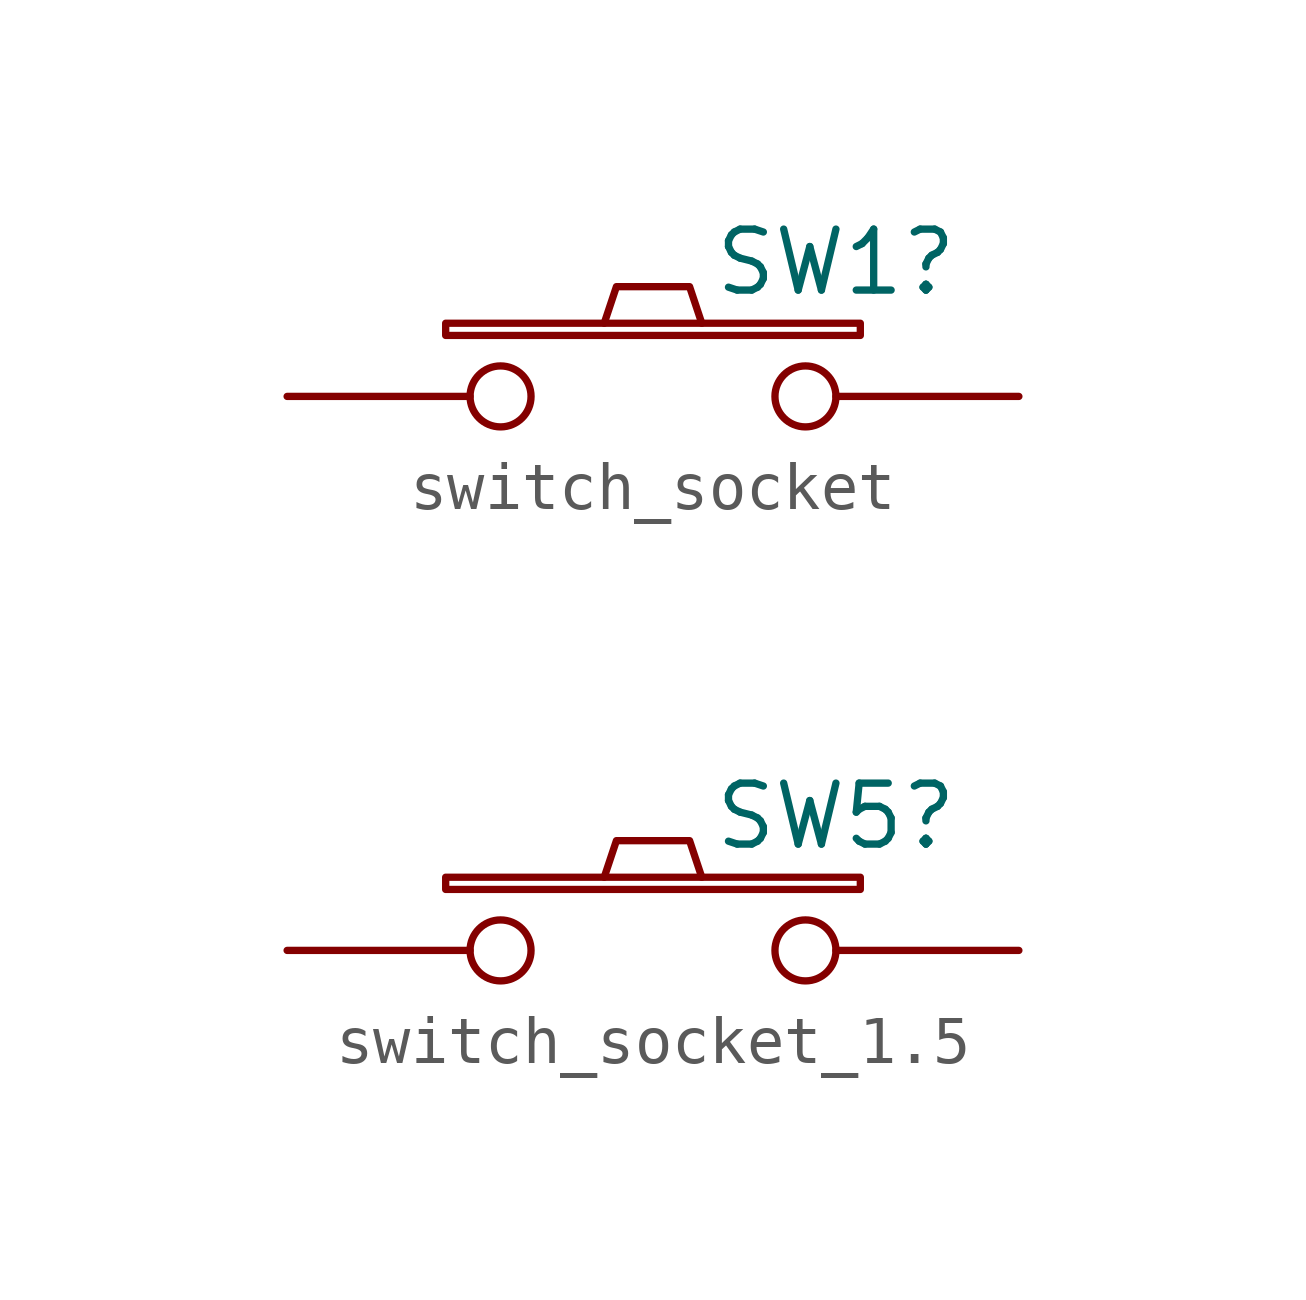
<source format=kicad_sym>
(kicad_symbol_lib
  (version 20220914)
  (generator kicad_symbol_editor)
  (symbol "switch_socket"
    (pin_numbers hide)
    (pin_names
      (offset 1.016) hide)
    (property "Reference" "SW1"
      (at 3.81 2.794 0)
      (effects (font (size 1.27 1.27))))
    (property "Datasheet" ""
      (at 0 0 0)
      (effects (font (size 1.27 1.27))))
    (symbol "switch_socket_0_1"
      (rectangle (start -4.318 1.27) (end 4.318 1.524) (stroke (width 0) (type default)) (fill (type none)))
      (polyline (pts (xy -1.016 1.524) (xy -0.762 2.286) (xy 0.762 2.286) (xy 1.016 1.524)) (stroke (width 0) (type default)) (fill (type none)))
      (pin passive inverted (at -7.62 0 0) (length 5.08) (name "1" (effects (font (size 1.27 1.27)))) (number "1" (effects (font (size 1.27 1.27)))))
      (pin passive inverted (at 7.62 0 180) (length 5.08) (name "2" (effects (font (size 1.27 1.27)))) (number "2" (effects (font (size 1.27 1.27)))))))
  (symbol "switch_socket_1.5"
    (pin_numbers hide)
    (pin_names
      (offset 1.016) hide)
    (property "Reference" "SW5"
      (at 3.81 2.794 0)
      (effects (font (size 1.27 1.27))))
    (property "Datasheet" ""
      (at 0 0 0)
      (effects (font (size 1.27 1.27))))
    (symbol "switch_socket_1.5_0_1"
      (rectangle (start -4.318 1.27) (end 4.318 1.524) (stroke (width 0) (type default)) (fill (type none)))
      (polyline (pts (xy -1.016 1.524) (xy -0.762 2.286) (xy 0.762 2.286) (xy 1.016 1.524)) (stroke (width 0) (type default)) (fill (type none)))
      (pin passive inverted (at -7.62 0 0) (length 5.08) (name "1" (effects (font (size 1.27 1.27)))) (number "1" (effects (font (size 1.27 1.27)))))
      (pin passive inverted (at 7.62 0 180) (length 5.08) (name "2" (effects (font (size 1.27 1.27)))) (number "2" (effects (font (size 1.27 1.27))))))))
</source>
